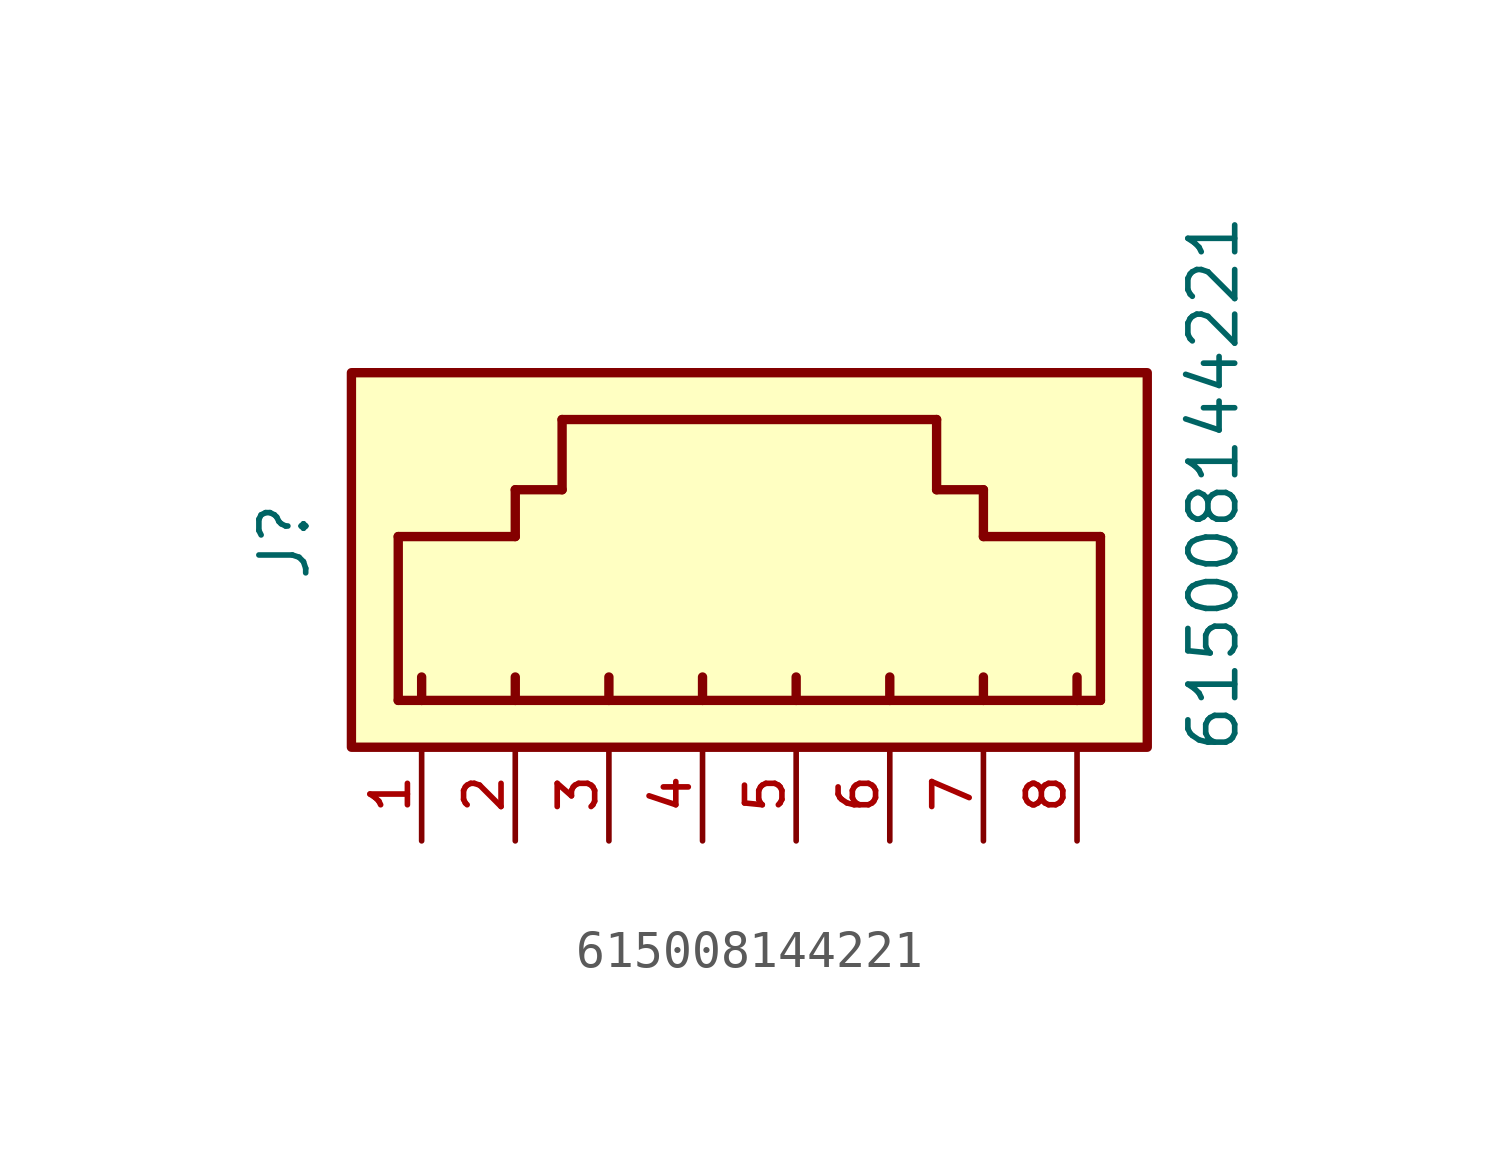
<source format=kicad_sym>
(kicad_symbol_lib
  (version 20211014)
  (generator kicad_symbol_editor)
  (symbol "615008144221"
    (pin_names
      (offset 1.016))
    (property "Reference" "J"
      (at -13.142 0.498 90.0)
      (effects (font (size 1.27 1.27)) (justify bottom)))
    (property "Value" "615008144221"
      (at 12.06 -5.284 90.0)
      (effects (font (size 1.27 1.27)) (justify bottom left)))
    (symbol "615008144221_0_0"
      (polyline (pts (xy -10.795 -3.81) (xy -10.795 0.635)) (stroke (width 0.254)))
      (polyline (pts (xy -6.35 3.81) (xy 3.81 3.81)) (stroke (width 0.254)))
      (polyline (pts (xy 8.255 0.635) (xy 8.255 -3.81)) (stroke (width 0.254)))
      (polyline (pts (xy 8.255 -3.81) (xy 7.62 -3.81)) (stroke (width 0.254)))
      (polyline (pts (xy 7.62 -3.81) (xy 5.08 -3.81)) (stroke (width 0.254)))
      (polyline (pts (xy 5.08 -3.81) (xy 2.54 -3.81)) (stroke (width 0.254)))
      (polyline (pts (xy 2.54 -3.81) (xy 0.0 -3.81)) (stroke (width 0.254)))
      (polyline (pts (xy 0.0 -3.81) (xy -2.54 -3.81)) (stroke (width 0.254)))
      (polyline (pts (xy -2.54 -3.81) (xy -5.08 -3.81)) (stroke (width 0.254)))
      (polyline (pts (xy -5.08 -3.81) (xy -7.62 -3.81)) (stroke (width 0.254)))
      (polyline (pts (xy -7.62 -3.81) (xy -10.16 -3.81)) (stroke (width 0.254)))
      (polyline (pts (xy -10.16 -3.81) (xy -10.795 -3.81)) (stroke (width 0.254)))
      (polyline (pts (xy -10.795 0.635) (xy -7.62 0.635)) (stroke (width 0.254)))
      (polyline (pts (xy -7.62 0.635) (xy -7.62 1.905)) (stroke (width 0.254)))
      (polyline (pts (xy -7.62 1.905) (xy -6.35 1.905)) (stroke (width 0.254)))
      (polyline (pts (xy -6.35 1.905) (xy -6.35 3.81)) (stroke (width 0.254)))
      (polyline (pts (xy 8.255 0.635) (xy 5.08 0.635)) (stroke (width 0.254)))
      (polyline (pts (xy 5.08 0.635) (xy 5.08 1.905)) (stroke (width 0.254)))
      (polyline (pts (xy 5.08 1.905) (xy 3.81 1.905)) (stroke (width 0.254)))
      (polyline (pts (xy 3.81 1.905) (xy 3.81 3.81)) (stroke (width 0.254)))
      (polyline (pts (xy -10.16 -3.81) (xy -10.16 -3.175)) (stroke (width 0.254)))
      (polyline (pts (xy -7.62 -3.81) (xy -7.62 -3.175)) (stroke (width 0.254)))
      (polyline (pts (xy -5.08 -3.81) (xy -5.08 -3.175)) (stroke (width 0.254)))
      (polyline (pts (xy -2.54 -3.81) (xy -2.54 -3.175)) (stroke (width 0.254)))
      (polyline (pts (xy 0.0 -3.81) (xy 0.0 -3.175)) (stroke (width 0.254)))
      (polyline (pts (xy 2.54 -3.175) (xy 2.54 -3.81)) (stroke (width 0.254)))
      (polyline (pts (xy 5.08 -3.175) (xy 5.08 -3.81)) (stroke (width 0.254)))
      (polyline (pts (xy 7.62 -3.175) (xy 7.62 -3.81)) (stroke (width 0.254)))
      (rectangle (start -12.065 -5.08) (end 9.525 5.08) (stroke (width 0.254)) (fill (type background)))
      (pin passive line (at -10.16 -7.62 90.0) (length 2.54) (name "~" (effects (font (size 1.016 1.016)))) (number "1" (effects (font (size 1.016 1.016)))))
      (pin passive line (at -7.62 -7.62 90.0) (length 2.54) (name "~" (effects (font (size 1.016 1.016)))) (number "2" (effects (font (size 1.016 1.016)))))
      (pin passive line (at -5.08 -7.62 90.0) (length 2.54) (name "~" (effects (font (size 1.016 1.016)))) (number "3" (effects (font (size 1.016 1.016)))))
      (pin passive line (at -2.54 -7.62 90.0) (length 2.54) (name "~" (effects (font (size 1.016 1.016)))) (number "4" (effects (font (size 1.016 1.016)))))
      (pin passive line (at 0.0 -7.62 90.0) (length 2.54) (name "~" (effects (font (size 1.016 1.016)))) (number "5" (effects (font (size 1.016 1.016)))))
      (pin passive line (at 2.54 -7.62 90.0) (length 2.54) (name "~" (effects (font (size 1.016 1.016)))) (number "6" (effects (font (size 1.016 1.016)))))
      (pin passive line (at 5.08 -7.62 90.0) (length 2.54) (name "~" (effects (font (size 1.016 1.016)))) (number "7" (effects (font (size 1.016 1.016)))))
      (pin passive line (at 7.62 -7.62 90.0) (length 2.54) (name "~" (effects (font (size 1.016 1.016)))) (number "8" (effects (font (size 1.016 1.016))))))))
</source>
